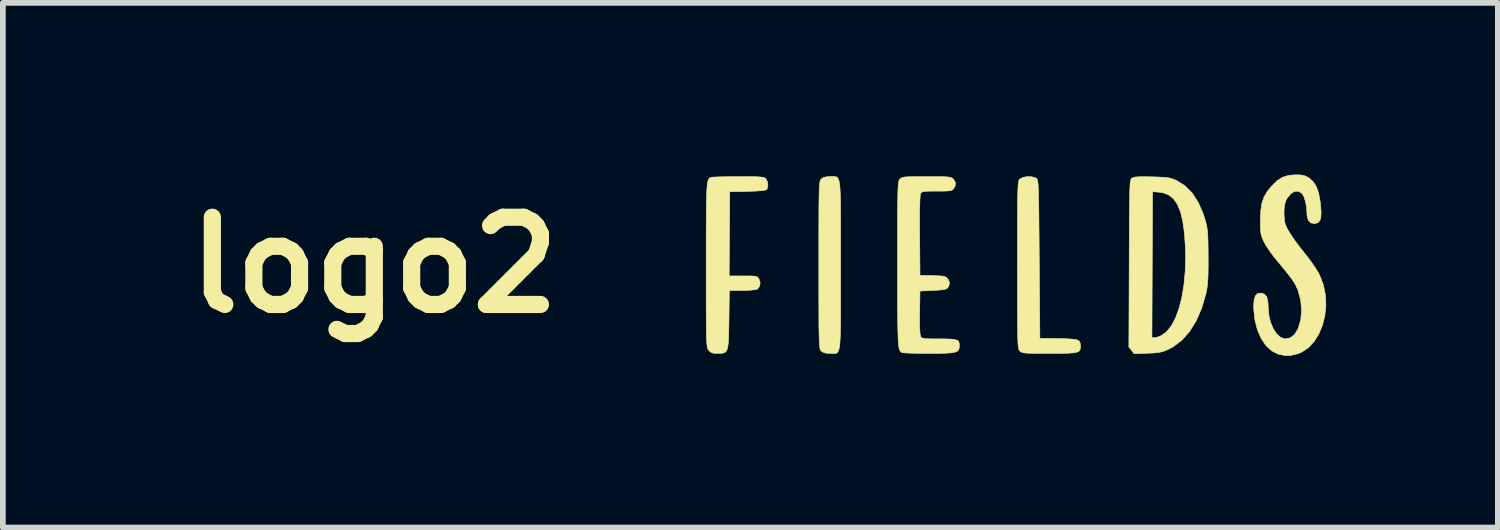
<source format=kicad_pcb>
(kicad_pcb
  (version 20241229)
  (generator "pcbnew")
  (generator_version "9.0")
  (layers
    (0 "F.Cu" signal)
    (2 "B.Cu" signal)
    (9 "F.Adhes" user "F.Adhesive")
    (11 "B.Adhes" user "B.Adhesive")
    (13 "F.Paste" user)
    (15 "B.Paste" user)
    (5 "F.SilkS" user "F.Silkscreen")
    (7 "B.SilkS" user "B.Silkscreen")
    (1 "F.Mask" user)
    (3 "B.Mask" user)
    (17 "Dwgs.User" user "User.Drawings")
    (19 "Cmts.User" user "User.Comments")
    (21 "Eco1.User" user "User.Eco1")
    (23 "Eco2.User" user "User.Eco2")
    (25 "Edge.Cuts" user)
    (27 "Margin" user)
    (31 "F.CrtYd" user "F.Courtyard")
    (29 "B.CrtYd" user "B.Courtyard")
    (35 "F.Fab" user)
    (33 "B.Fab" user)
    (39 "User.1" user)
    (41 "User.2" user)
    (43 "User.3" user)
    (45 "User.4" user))
  (footprint "logo2"
    (layer "F.Cu")
    (at 3.491 1.581)
    (property "Reference" "logo2" (at 0 0 0) (layer "F.SilkS") (effects (font (size 1.524 1.524) (thickness 0.3))))
    (attr through_hole)
    (fp_poly (pts (xy 8.057 -1.546) (xy 8.078 -1.539) (xy 8.096 -1.524) (xy 8.111 -1.498) (xy 8.123 -1.458) (xy 8.132 -1.401) (xy 8.139 -1.324) (xy 8.144 -1.225) (xy 8.147 -1.1) (xy 8.148 -0.948) (xy 8.149 -0.764) (xy 8.149 -0.547) (xy 8.149 -0.293) (xy 8.149 0.001) (xy 8.149 0.004) (xy 8.149 0.297) (xy 8.149 0.551) (xy 8.149 0.768) (xy 8.149 0.951) (xy 8.147 1.103) (xy 8.144 1.227) (xy 8.139 1.326) (xy 8.132 1.402) (xy 8.123 1.459) (xy 8.111 1.499) (xy 8.096 1.525) (xy 8.078 1.54) (xy 8.056 1.547) (xy 8.03 1.548) (xy 7.999 1.546) (xy 7.964 1.545) (xy 7.962 1.545) (xy 7.882 1.539) (xy 7.83 1.519) (xy 7.811 1.503) (xy 7.802 1.494) (xy 7.795 1.482) (xy 7.789 1.464) (xy 7.784 1.438) (xy 7.78 1.4) (xy 7.777 1.348) (xy 7.774 1.277) (xy 7.772 1.186) (xy 7.77 1.071) (xy 7.769 0.929) (xy 7.769 0.757) (xy 7.768 0.552) (xy 7.768 0.311) (xy 7.768 0.031) (xy 7.768 0) (xy 7.768 -0.284) (xy 7.768 -0.529) (xy 7.769 -0.737) (xy 7.769 -0.912) (xy 7.77 -1.057) (xy 7.772 -1.175) (xy 7.774 -1.269) (xy 7.776 -1.341) (xy 7.78 -1.396) (xy 7.784 -1.435) (xy 7.789 -1.462) (xy 7.795 -1.48) (xy 7.801 -1.493) (xy 7.81 -1.502) (xy 7.811 -1.503) (xy 7.853 -1.531) (xy 7.915 -1.543) (xy 7.966 -1.545) (xy 8.001 -1.546) (xy 8.031 -1.547) (xy 8.057 -1.546)) (stroke (width 0.01) (type solid)) (fill yes) (layer "F.SilkS"))
    (fp_poly (pts (xy 11.489 -1.542) (xy 11.555 -1.523) (xy 11.569 -1.515) (xy 11.577 -1.508) (xy 11.584 -1.497) (xy 11.59 -1.479) (xy 11.595 -1.452) (xy 11.6 -1.412) (xy 11.603 -1.355) (xy 11.606 -1.28) (xy 11.609 -1.183) (xy 11.611 -1.06) (xy 11.613 -0.909) (xy 11.615 -0.726) (xy 11.617 -0.509) (xy 11.619 -0.254) (xy 11.62 -0.102) (xy 11.631 1.281) (xy 11.959 1.286) (xy 12.095 1.289) (xy 12.194 1.295) (xy 12.262 1.304) (xy 12.305 1.32) (xy 12.328 1.344) (xy 12.338 1.379) (xy 12.34 1.421) (xy 12.338 1.459) (xy 12.33 1.488) (xy 12.31 1.51) (xy 12.274 1.525) (xy 12.217 1.535) (xy 12.134 1.541) (xy 12.02 1.544) (xy 11.871 1.545) (xy 11.799 1.545) (xy 11.645 1.545) (xy 11.527 1.544) (xy 11.441 1.542) (xy 11.379 1.538) (xy 11.338 1.532) (xy 11.311 1.524) (xy 11.292 1.513) (xy 11.282 1.503) (xy 11.274 1.494) (xy 11.267 1.482) (xy 11.26 1.464) (xy 11.255 1.438) (xy 11.251 1.4) (xy 11.248 1.348) (xy 11.245 1.277) (xy 11.243 1.186) (xy 11.242 1.071) (xy 11.241 0.929) (xy 11.24 0.757) (xy 11.24 0.552) (xy 11.24 0.311) (xy 11.239 0.031) (xy 11.239 0) (xy 11.24 -0.284) (xy 11.24 -0.529) (xy 11.24 -0.737) (xy 11.241 -0.912) (xy 11.242 -1.057) (xy 11.243 -1.175) (xy 11.245 -1.269) (xy 11.248 -1.341) (xy 11.251 -1.396) (xy 11.255 -1.435) (xy 11.26 -1.462) (xy 11.266 -1.48) (xy 11.273 -1.493) (xy 11.281 -1.502) (xy 11.282 -1.503) (xy 11.335 -1.531) (xy 11.41 -1.545) (xy 11.489 -1.542)) (stroke (width 0.01) (type solid)) (fill yes) (layer "F.SilkS"))
    (fp_poly (pts (xy 6.504 -1.545) (xy 6.619 -1.544) (xy 6.703 -1.541) (xy 6.761 -1.537) (xy 6.8 -1.531) (xy 6.825 -1.522) (xy 6.841 -1.51) (xy 6.844 -1.506) (xy 6.87 -1.455) (xy 6.878 -1.393) (xy 6.867 -1.337) (xy 6.851 -1.316) (xy 6.819 -1.306) (xy 6.751 -1.298) (xy 6.653 -1.291) (xy 6.532 -1.287) (xy 6.518 -1.286) (xy 6.212 -1.281) (xy 6.201 0.191) (xy 6.444 0.191) (xy 6.549 0.191) (xy 6.62 0.193) (xy 6.665 0.199) (xy 6.693 0.21) (xy 6.711 0.227) (xy 6.721 0.241) (xy 6.742 0.304) (xy 6.734 0.368) (xy 6.699 0.417) (xy 6.688 0.424) (xy 6.651 0.432) (xy 6.583 0.439) (xy 6.494 0.444) (xy 6.427 0.445) (xy 6.204 0.445) (xy 6.198 0.95) (xy 6.195 1.124) (xy 6.192 1.26) (xy 6.186 1.364) (xy 6.176 1.438) (xy 6.16 1.489) (xy 6.137 1.52) (xy 6.105 1.537) (xy 6.063 1.544) (xy 6.01 1.545) (xy 5.999 1.545) (xy 5.929 1.542) (xy 5.885 1.528) (xy 5.851 1.499) (xy 5.844 1.489) (xy 5.835 1.478) (xy 5.828 1.464) (xy 5.821 1.446) (xy 5.816 1.419) (xy 5.812 1.381) (xy 5.808 1.329) (xy 5.805 1.259) (xy 5.803 1.169) (xy 5.802 1.056) (xy 5.801 0.915) (xy 5.8 0.745) (xy 5.8 0.543) (xy 5.8 0.304) (xy 5.8 0.026) (xy 5.8 0.006) (xy 5.8 -0.281) (xy 5.8 -0.529) (xy 5.801 -0.74) (xy 5.802 -0.918) (xy 5.804 -1.066) (xy 5.806 -1.187) (xy 5.81 -1.283) (xy 5.814 -1.358) (xy 5.82 -1.415) (xy 5.827 -1.456) (xy 5.836 -1.485) (xy 5.846 -1.505) (xy 5.859 -1.519) (xy 5.872 -1.529) (xy 5.899 -1.534) (xy 5.962 -1.538) (xy 6.054 -1.541) (xy 6.169 -1.543) (xy 6.301 -1.545) (xy 6.352 -1.545) (xy 6.504 -1.545)) (stroke (width 0.01) (type solid)) (fill yes) (layer "F.SilkS"))
    (fp_poly (pts (xy 13.577 -1.541) (xy 13.589 -1.541) (xy 13.713 -1.537) (xy 13.804 -1.532) (xy 13.871 -1.525) (xy 13.925 -1.513) (xy 13.974 -1.496) (xy 14.018 -1.477) (xy 14.166 -1.385) (xy 14.294 -1.256) (xy 14.401 -1.09) (xy 14.488 -0.887) (xy 14.525 -0.768) (xy 14.54 -0.708) (xy 14.552 -0.649) (xy 14.56 -0.584) (xy 14.566 -0.505) (xy 14.569 -0.404) (xy 14.571 -0.276) (xy 14.572 -0.138) (xy 14.572 0.028) (xy 14.57 0.159) (xy 14.566 0.262) (xy 14.559 0.346) (xy 14.55 0.417) (xy 14.537 0.483) (xy 14.534 0.497) (xy 14.46 0.751) (xy 14.364 0.973) (xy 14.248 1.161) (xy 14.113 1.313) (xy 13.959 1.43) (xy 13.885 1.469) (xy 13.818 1.499) (xy 13.759 1.518) (xy 13.694 1.53) (xy 13.611 1.538) (xy 13.513 1.542) (xy 13.278 1.55) (xy 13.232 1.491) (xy 13.186 1.433) (xy 13.187 1.27) (xy 13.589 1.27) (xy 13.633 1.27) (xy 13.682 1.261) (xy 13.743 1.239) (xy 13.75 1.236) (xy 13.843 1.169) (xy 13.927 1.065) (xy 14.001 0.927) (xy 14.063 0.758) (xy 14.113 0.562) (xy 14.149 0.344) (xy 14.171 0.106) (xy 14.178 -0.148) (xy 14.173 -0.326) (xy 14.156 -0.566) (xy 14.128 -0.766) (xy 14.088 -0.93) (xy 14.034 -1.06) (xy 13.967 -1.157) (xy 13.884 -1.223) (xy 13.785 -1.262) (xy 13.704 -1.274) (xy 13.6 -1.281) (xy 13.589 1.27) (xy 13.187 1.27) (xy 13.192 -0.026) (xy 13.193 -0.31) (xy 13.194 -0.555) (xy 13.195 -0.763) (xy 13.196 -0.938) (xy 13.198 -1.082) (xy 13.2 -1.199) (xy 13.202 -1.292) (xy 13.205 -1.364) (xy 13.208 -1.418) (xy 13.213 -1.456) (xy 13.218 -1.482) (xy 13.224 -1.498) (xy 13.231 -1.509) (xy 13.239 -1.516) (xy 13.24 -1.517) (xy 13.265 -1.53) (xy 13.304 -1.538) (xy 13.365 -1.542) (xy 13.454 -1.543) (xy 13.577 -1.541)) (stroke (width 0.01) (type solid)) (fill yes) (layer "F.SilkS"))
    (fp_poly (pts (xy 16.186 -1.574) (xy 16.247 -1.564) (xy 16.299 -1.542) (xy 16.334 -1.521) (xy 16.407 -1.456) (xy 16.462 -1.369) (xy 16.503 -1.254) (xy 16.53 -1.105) (xy 16.535 -1.057) (xy 16.545 -0.93) (xy 16.542 -0.838) (xy 16.524 -0.776) (xy 16.49 -0.74) (xy 16.439 -0.724) (xy 16.433 -0.724) (xy 16.367 -0.735) (xy 16.322 -0.782) (xy 16.3 -0.861) (xy 16.298 -0.903) (xy 16.292 -1.004) (xy 16.274 -1.103) (xy 16.248 -1.188) (xy 16.217 -1.245) (xy 16.211 -1.251) (xy 16.15 -1.289) (xy 16.083 -1.287) (xy 16.017 -1.248) (xy 15.955 -1.172) (xy 15.93 -1.128) (xy 15.909 -1.058) (xy 15.898 -0.962) (xy 15.898 -0.855) (xy 15.909 -0.754) (xy 15.919 -0.713) (xy 15.948 -0.644) (xy 16.005 -0.548) (xy 16.086 -0.429) (xy 16.189 -0.291) (xy 16.305 -0.145) (xy 16.375 -0.052) (xy 16.444 0.048) (xy 16.501 0.141) (xy 16.521 0.18) (xy 16.585 0.348) (xy 16.621 0.524) (xy 16.629 0.703) (xy 16.612 0.88) (xy 16.571 1.049) (xy 16.507 1.203) (xy 16.423 1.338) (xy 16.32 1.448) (xy 16.2 1.526) (xy 16.127 1.554) (xy 16.013 1.58) (xy 15.914 1.582) (xy 15.808 1.56) (xy 15.792 1.556) (xy 15.68 1.499) (xy 15.581 1.407) (xy 15.498 1.283) (xy 15.433 1.133) (xy 15.389 0.962) (xy 15.369 0.775) (xy 15.367 0.719) (xy 15.374 0.61) (xy 15.397 0.538) (xy 15.437 0.499) (xy 15.497 0.491) (xy 15.501 0.491) (xy 15.557 0.51) (xy 15.595 0.556) (xy 15.615 0.634) (xy 15.621 0.733) (xy 15.632 0.872) (xy 15.662 1) (xy 15.709 1.113) (xy 15.768 1.203) (xy 15.836 1.264) (xy 15.91 1.291) (xy 15.922 1.291) (xy 16.009 1.272) (xy 16.081 1.215) (xy 16.14 1.119) (xy 16.146 1.107) (xy 16.191 0.953) (xy 16.204 0.783) (xy 16.188 0.608) (xy 16.141 0.439) (xy 16.094 0.336) (xy 16.059 0.281) (xy 16.003 0.204) (xy 15.932 0.112) (xy 15.853 0.016) (xy 15.825 -0.018) (xy 15.724 -0.14) (xy 15.64 -0.254) (xy 15.576 -0.352) (xy 15.549 -0.402) (xy 15.52 -0.465) (xy 15.501 -0.518) (xy 15.491 -0.573) (xy 15.485 -0.641) (xy 15.484 -0.735) (xy 15.484 -0.783) (xy 15.491 -0.946) (xy 15.511 -1.078) (xy 15.549 -1.189) (xy 15.608 -1.29) (xy 15.678 -1.376) (xy 15.776 -1.472) (xy 15.871 -1.533) (xy 15.975 -1.566) (xy 16.099 -1.576) (xy 16.186 -1.574)) (stroke (width 0.01) (type solid)) (fill yes) (layer "F.SilkS"))
    (fp_poly (pts (xy 9.797 -1.545) (xy 9.905 -1.544) (xy 9.984 -1.541) (xy 10.038 -1.537) (xy 10.074 -1.53) (xy 10.097 -1.52) (xy 10.115 -1.506) (xy 10.118 -1.503) (xy 10.155 -1.444) (xy 10.151 -1.382) (xy 10.127 -1.338) (xy 10.111 -1.319) (xy 10.089 -1.305) (xy 10.054 -1.297) (xy 9.998 -1.293) (xy 9.914 -1.291) (xy 9.831 -1.291) (xy 9.721 -1.291) (xy 9.645 -1.288) (xy 9.597 -1.283) (xy 9.569 -1.274) (xy 9.552 -1.259) (xy 9.547 -1.25) (xy 9.54 -1.214) (xy 9.535 -1.138) (xy 9.531 -1.02) (xy 9.529 -0.863) (xy 9.529 -0.667) (xy 9.53 -0.514) (xy 9.536 0.18) (xy 9.758 0.185) (xy 9.86 0.189) (xy 9.928 0.194) (xy 9.972 0.203) (xy 9.999 0.218) (xy 10.017 0.235) (xy 10.051 0.299) (xy 10.042 0.362) (xy 10.024 0.393) (xy 10.005 0.412) (xy 9.974 0.425) (xy 9.923 0.434) (xy 9.843 0.44) (xy 9.765 0.445) (xy 9.536 0.455) (xy 9.53 0.831) (xy 9.529 0.982) (xy 9.531 1.103) (xy 9.536 1.191) (xy 9.544 1.242) (xy 9.546 1.249) (xy 9.558 1.266) (xy 9.578 1.277) (xy 9.612 1.285) (xy 9.667 1.289) (xy 9.751 1.291) (xy 9.87 1.291) (xy 9.871 1.291) (xy 10.001 1.292) (xy 10.094 1.296) (xy 10.157 1.305) (xy 10.195 1.32) (xy 10.215 1.345) (xy 10.223 1.381) (xy 10.223 1.411) (xy 10.221 1.452) (xy 10.21 1.484) (xy 10.187 1.507) (xy 10.145 1.524) (xy 10.082 1.535) (xy 9.99 1.541) (xy 9.867 1.544) (xy 9.707 1.545) (xy 9.684 1.545) (xy 9.55 1.544) (xy 9.43 1.542) (xy 9.331 1.539) (xy 9.259 1.535) (xy 9.22 1.53) (xy 9.216 1.529) (xy 9.202 1.518) (xy 9.19 1.504) (xy 9.18 1.484) (xy 9.171 1.454) (xy 9.164 1.412) (xy 9.159 1.355) (xy 9.154 1.279) (xy 9.151 1.182) (xy 9.148 1.061) (xy 9.146 0.912) (xy 9.145 0.733) (xy 9.144 0.52) (xy 9.144 0.272) (xy 9.144 -0.016) (xy 9.144 -0.02) (xy 9.144 -0.302) (xy 9.144 -0.544) (xy 9.145 -0.751) (xy 9.145 -0.924) (xy 9.146 -1.067) (xy 9.148 -1.183) (xy 9.15 -1.275) (xy 9.152 -1.346) (xy 9.156 -1.399) (xy 9.16 -1.438) (xy 9.165 -1.464) (xy 9.171 -1.482) (xy 9.178 -1.494) (xy 9.186 -1.503) (xy 9.186 -1.503) (xy 9.203 -1.517) (xy 9.225 -1.528) (xy 9.259 -1.536) (xy 9.309 -1.541) (xy 9.382 -1.543) (xy 9.485 -1.545) (xy 9.622 -1.545) (xy 9.652 -1.545) (xy 9.797 -1.545)) (stroke (width 0.01) (type solid)) (fill yes) (layer "F.SilkS")))
  (gr_rect
    (start -3 -3)
    (end 23.125 6.169)
    (stroke (width 0.1) (type default))
    (fill no)
    (layer "Edge.Cuts")))
</source>
